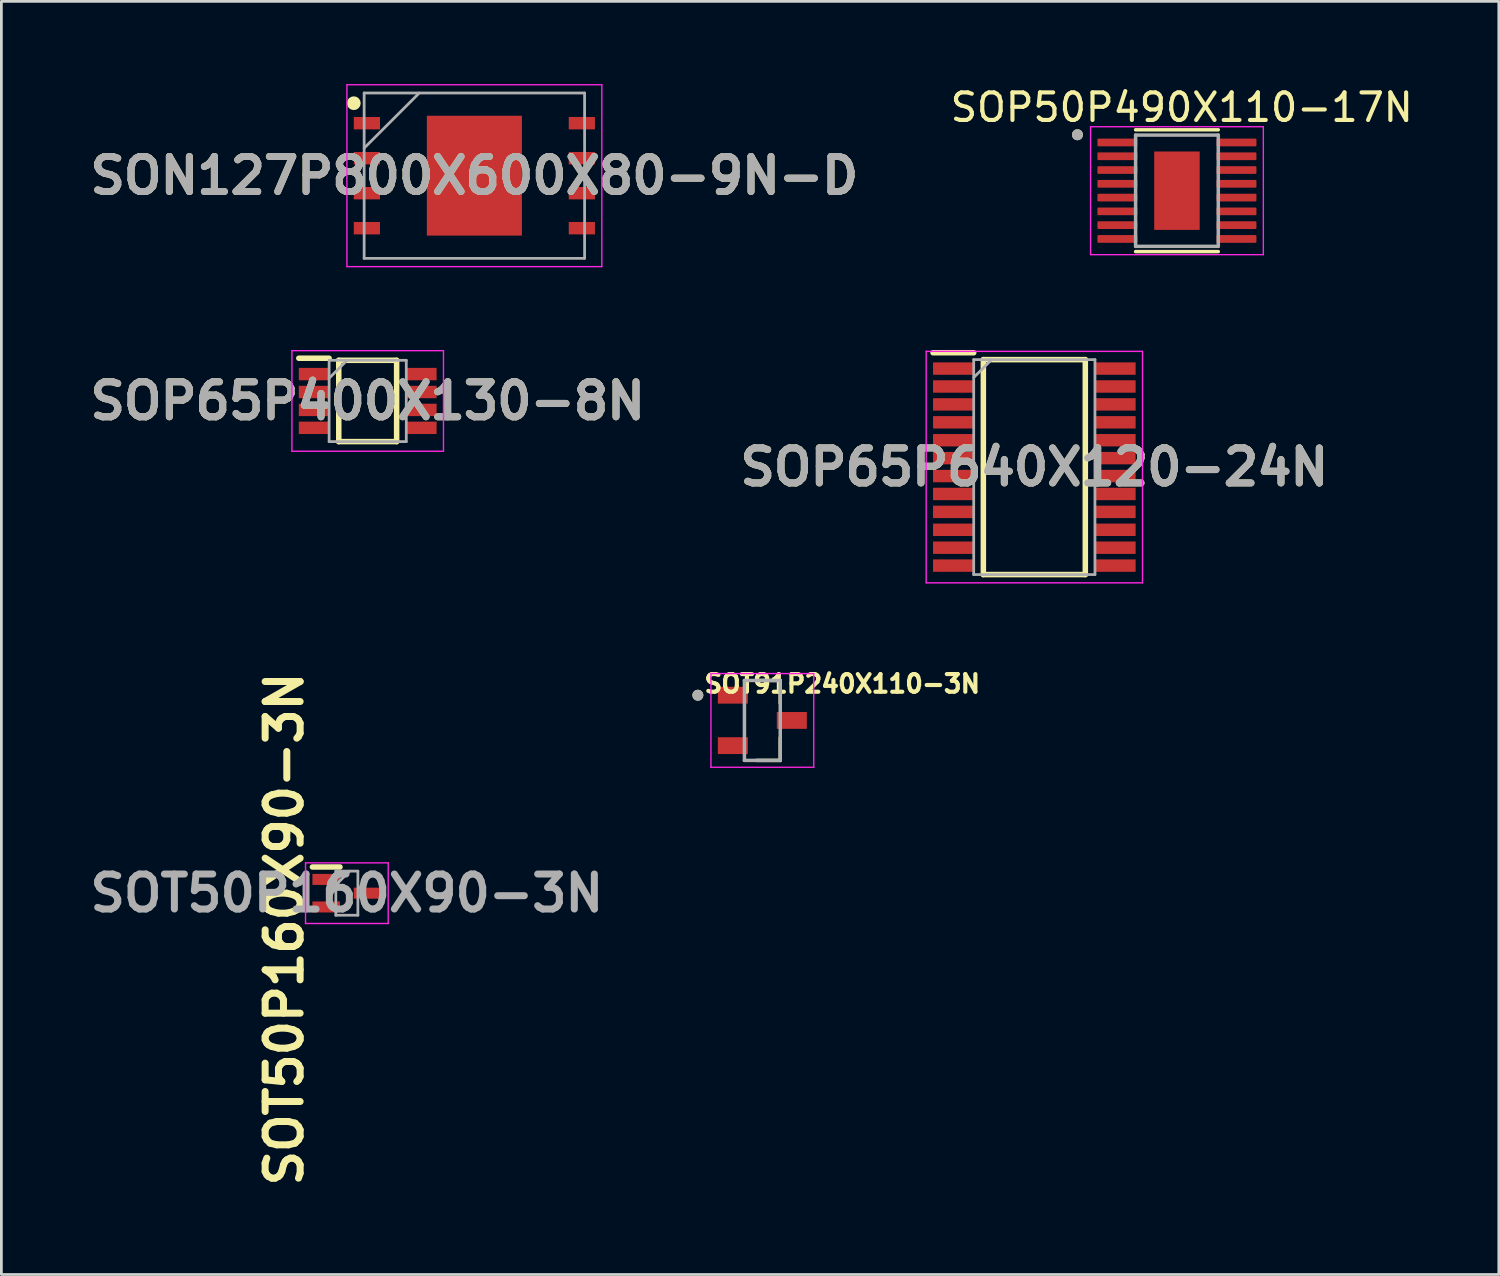
<source format=kicad_pcb>
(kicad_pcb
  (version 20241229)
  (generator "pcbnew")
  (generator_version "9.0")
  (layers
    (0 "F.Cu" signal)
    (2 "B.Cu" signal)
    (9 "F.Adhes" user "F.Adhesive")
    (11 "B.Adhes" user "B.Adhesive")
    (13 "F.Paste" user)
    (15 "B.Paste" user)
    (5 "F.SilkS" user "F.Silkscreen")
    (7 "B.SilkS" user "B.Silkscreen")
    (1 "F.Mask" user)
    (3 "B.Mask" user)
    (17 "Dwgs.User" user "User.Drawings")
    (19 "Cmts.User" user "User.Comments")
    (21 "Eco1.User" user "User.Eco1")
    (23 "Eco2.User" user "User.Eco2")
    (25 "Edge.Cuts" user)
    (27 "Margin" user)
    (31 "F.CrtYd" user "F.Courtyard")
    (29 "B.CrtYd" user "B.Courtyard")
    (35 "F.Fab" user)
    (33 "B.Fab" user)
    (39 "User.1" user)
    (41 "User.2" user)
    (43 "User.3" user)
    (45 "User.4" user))
  (footprint "SOP50P490X110-17N"
    (layer "F.Cu")
    (at 39.659 3.87)
    (property "Reference" "SOP50P490X110-17N" (at 0.174 -3.022 0) (layer "F.SilkS") (effects (font (size 1 1) (thickness 0.15))))
    (attr smd)
    (fp_line (start -1.5 -2.21) (end 1.5 -2.21) (stroke (width 0.127) (type solid)) (layer "F.SilkS"))
    (fp_line (start -1.5 2.21) (end 1.5 2.21) (stroke (width 0.127) (type solid)) (layer "F.SilkS"))
    (fp_circle (center -3.61 -2.03) (end -3.51 -2.03) (stroke (width 0.2) (type solid)) (fill no) (layer "F.SilkS"))
    (fp_poly (pts (xy -0.413 -0.711) (xy 0.413 -0.711) (xy 0.413 0.711) (xy -0.413 0.711)) (stroke (width 0.01) (type solid)) (fill yes) (layer "F.Paste"))
    (fp_line (start -3.135 -2.321) (end -3.135 2.321) (stroke (width 0.05) (type solid)) (layer "F.CrtYd"))
    (fp_line (start -3.135 -2.321) (end 3.135 -2.321) (stroke (width 0.05) (type solid)) (layer "F.CrtYd"))
    (fp_line (start -3.135 2.321) (end 3.135 2.321) (stroke (width 0.05) (type solid)) (layer "F.CrtYd"))
    (fp_line (start 3.135 -2.321) (end 3.135 2.321) (stroke (width 0.05) (type solid)) (layer "F.CrtYd"))
    (fp_line (start -1.5 -2.019) (end -1.5 2.019) (stroke (width 0.127) (type solid)) (layer "F.Fab"))
    (fp_line (start -1.5 -2.019) (end 1.5 -2.019) (stroke (width 0.127) (type solid)) (layer "F.Fab"))
    (fp_line (start -1.5 2.019) (end 1.5 2.019) (stroke (width 0.127) (type solid)) (layer "F.Fab"))
    (fp_line (start 1.5 -2.019) (end 1.5 2.019) (stroke (width 0.127) (type solid)) (layer "F.Fab"))
    (fp_circle (center -3.61 -2.03) (end -3.51 -2.03) (stroke (width 0.2) (type solid)) (fill no) (layer "F.Fab"))
    (pad "1" smd roundrect (at -2.16 -1.75) (size 1.45 0.28) (layers "F.Cu" "F.Mask" "F.Paste") (roundrect_rratio 0.125))
    (pad "2" smd roundrect (at -2.16 -1.25) (size 1.45 0.28) (layers "F.Cu" "F.Mask" "F.Paste") (roundrect_rratio 0.125))
    (pad "3" smd roundrect (at -2.16 -0.75) (size 1.45 0.28) (layers "F.Cu" "F.Mask" "F.Paste") (roundrect_rratio 0.125))
    (pad "4" smd roundrect (at -2.16 -0.25) (size 1.45 0.28) (layers "F.Cu" "F.Mask" "F.Paste") (roundrect_rratio 0.125))
    (pad "5" smd roundrect (at -2.16 0.25) (size 1.45 0.28) (layers "F.Cu" "F.Mask" "F.Paste") (roundrect_rratio 0.125))
    (pad "6" smd roundrect (at -2.16 0.75) (size 1.45 0.28) (layers "F.Cu" "F.Mask" "F.Paste") (roundrect_rratio 0.125))
    (pad "7" smd roundrect (at -2.16 1.25) (size 1.45 0.28) (layers "F.Cu" "F.Mask" "F.Paste") (roundrect_rratio 0.125))
    (pad "8" smd roundrect (at -2.16 1.75) (size 1.45 0.28) (layers "F.Cu" "F.Mask" "F.Paste") (roundrect_rratio 0.125))
    (pad "9" smd roundrect (at 2.16 1.75) (size 1.45 0.28) (layers "F.Cu" "F.Mask" "F.Paste") (roundrect_rratio 0.125))
    (pad "10" smd roundrect (at 2.16 1.25) (size 1.45 0.28) (layers "F.Cu" "F.Mask" "F.Paste") (roundrect_rratio 0.125))
    (pad "11" smd roundrect (at 2.16 0.75) (size 1.45 0.28) (layers "F.Cu" "F.Mask" "F.Paste") (roundrect_rratio 0.125))
    (pad "12" smd roundrect (at 2.16 0.25) (size 1.45 0.28) (layers "F.Cu" "F.Mask" "F.Paste") (roundrect_rratio 0.125))
    (pad "13" smd roundrect (at 2.16 -0.25) (size 1.45 0.28) (layers "F.Cu" "F.Mask" "F.Paste") (roundrect_rratio 0.125))
    (pad "14" smd roundrect (at 2.16 -0.75) (size 1.45 0.28) (layers "F.Cu" "F.Mask" "F.Paste") (roundrect_rratio 0.125))
    (pad "15" smd roundrect (at 2.16 -1.25) (size 1.45 0.28) (layers "F.Cu" "F.Mask" "F.Paste") (roundrect_rratio 0.125))
    (pad "16" smd roundrect (at 2.16 -1.75) (size 1.45 0.28) (layers "F.Cu" "F.Mask" "F.Paste") (roundrect_rratio 0.125))
    (pad "17" smd rect (at 0 0) (size 1.651 2.845) (layers "F.Cu" "F.Mask")))
  (footprint "SOT91P240X110-3N"
    (layer "F.Cu")
    (at 24.614 23.093)
    (property "Reference" "SOT91P240X110-3N" (at 2.9 -1.33 180) (layer "F.SilkS") (effects (font (size 0.64 0.64) (thickness 0.15))))
    (attr smd)
    (fp_line (start -0.205 -1.45) (end 0.65 -1.45) (stroke (width 0.127) (type solid)) (layer "F.SilkS"))
    (fp_line (start 0.65 -1.45) (end 0.65 -0.625) (stroke (width 0.127) (type solid)) (layer "F.SilkS"))
    (fp_line (start 0.65 1.45) (end -0.205 1.45) (stroke (width 0.127) (type solid)) (layer "F.SilkS"))
    (fp_line (start 0.65 1.45) (end 0.65 0.625) (stroke (width 0.127) (type solid)) (layer "F.SilkS"))
    (fp_circle (center -2.34 -0.915) (end -2.24 -0.915) (stroke (width 0.2) (type solid)) (fill no) (layer "F.SilkS"))
    (fp_line (start -1.865 -1.7) (end -1.865 1.7) (stroke (width 0.05) (type solid)) (layer "F.CrtYd"))
    (fp_line (start -1.865 1.7) (end 1.865 1.7) (stroke (width 0.05) (type solid)) (layer "F.CrtYd"))
    (fp_line (start 1.865 -1.7) (end -1.865 -1.7) (stroke (width 0.05) (type solid)) (layer "F.CrtYd"))
    (fp_line (start 1.865 1.7) (end 1.865 -1.7) (stroke (width 0.05) (type solid)) (layer "F.CrtYd"))
    (fp_line (start -0.65 -1.45) (end 0.65 -1.45) (stroke (width 0.127) (type solid)) (layer "F.Fab"))
    (fp_line (start -0.65 1.45) (end -0.65 -1.45) (stroke (width 0.127) (type solid)) (layer "F.Fab"))
    (fp_line (start 0.65 -1.45) (end 0.65 1.45) (stroke (width 0.127) (type solid)) (layer "F.Fab"))
    (fp_line (start 0.65 1.45) (end -0.65 1.45) (stroke (width 0.127) (type solid)) (layer "F.Fab"))
    (fp_circle (center -2.34 -0.915) (end -2.24 -0.915) (stroke (width 0.2) (type solid)) (fill no) (layer "F.Fab"))
    (pad "1" smd rect (at -1.07 -0.915) (size 1.09 0.61) (layers "F.Cu" "F.Mask" "F.Paste"))
    (pad "2" smd rect (at -1.07 0.915) (size 1.09 0.61) (layers "F.Cu" "F.Mask" "F.Paste"))
    (pad "3" smd rect (at 1.07 0) (size 1.09 0.61) (layers "F.Cu" "F.Mask" "F.Paste")))
  (footprint "SON127P800X600X80-9N-D"
    (layer "F.Cu")
    (at 14.164 3.325)
    (property "Reference" "SON127P800X600X80-9N-D" (at 0 0 0) (layer "F.SilkS") (effects (font (size 1.27 1.27) (thickness 0.254))))
    (attr smd)
    (fp_circle (center -4.375 -2.63) (end -4.375 -2.505) (stroke (width 0.25) (type solid)) (fill no) (layer "F.SilkS"))
    (fp_line (start -4.625 -3.3) (end 4.625 -3.3) (stroke (width 0.05) (type solid)) (layer "F.CrtYd"))
    (fp_line (start -4.625 3.3) (end -4.625 -3.3) (stroke (width 0.05) (type solid)) (layer "F.CrtYd"))
    (fp_line (start 4.625 -3.3) (end 4.625 3.3) (stroke (width 0.05) (type solid)) (layer "F.CrtYd"))
    (fp_line (start 4.625 3.3) (end -4.625 3.3) (stroke (width 0.05) (type solid)) (layer "F.CrtYd"))
    (fp_line (start -4 -3) (end 4 -3) (stroke (width 0.1) (type solid)) (layer "F.Fab"))
    (fp_line (start -4 -1) (end -2 -3) (stroke (width 0.1) (type solid)) (layer "F.Fab"))
    (fp_line (start -4 3) (end -4 -3) (stroke (width 0.1) (type solid)) (layer "F.Fab"))
    (fp_line (start 4 -3) (end 4 3) (stroke (width 0.1) (type solid)) (layer "F.Fab"))
    (fp_line (start 4 3) (end -4 3) (stroke (width 0.1) (type solid)) (layer "F.Fab"))
    (fp_text user "${REFERENCE}" (at 0 0 0) (layer "F.Fab") (effects (font (size 1.27 1.27) (thickness 0.254))))
    (pad "1" smd rect (at -3.9 -1.905 90) (size 0.45 0.95) (layers "F.Cu" "F.Mask" "F.Paste"))
    (pad "2" smd rect (at -3.9 -0.635 90) (size 0.45 0.95) (layers "F.Cu" "F.Mask" "F.Paste"))
    (pad "3" smd rect (at -3.9 0.635 90) (size 0.45 0.95) (layers "F.Cu" "F.Mask" "F.Paste"))
    (pad "4" smd rect (at -3.9 1.905 90) (size 0.45 0.95) (layers "F.Cu" "F.Mask" "F.Paste"))
    (pad "5" smd rect (at 3.9 1.905 90) (size 0.45 0.95) (layers "F.Cu" "F.Mask" "F.Paste"))
    (pad "6" smd rect (at 3.9 0.635 90) (size 0.45 0.95) (layers "F.Cu" "F.Mask" "F.Paste"))
    (pad "7" smd rect (at 3.9 -0.635 90) (size 0.45 0.95) (layers "F.Cu" "F.Mask" "F.Paste"))
    (pad "8" smd rect (at 3.9 -1.905 90) (size 0.45 0.95) (layers "F.Cu" "F.Mask" "F.Paste"))
    (pad "9" smd rect (at 0 0) (size 3.45 4.35) (layers "F.Cu" "F.Mask" "F.Paste")))
  (footprint "SOP65P640X120-24N"
    (layer "F.Cu")
    (at 34.484 13.9)
    (property "Reference" "SOP65P640X120-24N" (at 0 0 180) (layer "F.SilkS") (effects (font (size 1.27 1.27) (thickness 0.254))))
    (attr smd)
    (fp_line (start -3.675 -4.15) (end -2.2 -4.15) (stroke (width 0.2) (type solid)) (layer "F.SilkS"))
    (fp_line (start -1.85 -3.9) (end 1.85 -3.9) (stroke (width 0.2) (type solid)) (layer "F.SilkS"))
    (fp_line (start -1.85 3.9) (end -1.85 -3.9) (stroke (width 0.2) (type solid)) (layer "F.SilkS"))
    (fp_line (start 1.85 -3.9) (end 1.85 3.9) (stroke (width 0.2) (type solid)) (layer "F.SilkS"))
    (fp_line (start 1.85 3.9) (end -1.85 3.9) (stroke (width 0.2) (type solid)) (layer "F.SilkS"))
    (fp_line (start -3.925 -4.2) (end 3.925 -4.2) (stroke (width 0.05) (type solid)) (layer "F.CrtYd"))
    (fp_line (start -3.925 4.2) (end -3.925 -4.2) (stroke (width 0.05) (type solid)) (layer "F.CrtYd"))
    (fp_line (start 3.925 -4.2) (end 3.925 4.2) (stroke (width 0.05) (type solid)) (layer "F.CrtYd"))
    (fp_line (start 3.925 4.2) (end -3.925 4.2) (stroke (width 0.05) (type solid)) (layer "F.CrtYd"))
    (fp_line (start -2.2 -3.9) (end 2.2 -3.9) (stroke (width 0.1) (type solid)) (layer "F.Fab"))
    (fp_line (start -2.2 -3.25) (end -1.55 -3.9) (stroke (width 0.1) (type solid)) (layer "F.Fab"))
    (fp_line (start -2.2 3.9) (end -2.2 -3.9) (stroke (width 0.1) (type solid)) (layer "F.Fab"))
    (fp_line (start 2.2 -3.9) (end 2.2 3.9) (stroke (width 0.1) (type solid)) (layer "F.Fab"))
    (fp_line (start 2.2 3.9) (end -2.2 3.9) (stroke (width 0.1) (type solid)) (layer "F.Fab"))
    (fp_text user "${REFERENCE}" (at 0 0 180) (layer "F.Fab") (effects (font (size 1.27 1.27) (thickness 0.254))))
    (pad "1" smd rect (at -2.938 -3.575 90) (size 0.45 1.475) (layers "F.Cu" "F.Mask" "F.Paste"))
    (pad "2" smd rect (at -2.938 -2.925 90) (size 0.45 1.475) (layers "F.Cu" "F.Mask" "F.Paste"))
    (pad "3" smd rect (at -2.938 -2.275 90) (size 0.45 1.475) (layers "F.Cu" "F.Mask" "F.Paste"))
    (pad "4" smd rect (at -2.938 -1.625 90) (size 0.45 1.475) (layers "F.Cu" "F.Mask" "F.Paste"))
    (pad "5" smd rect (at -2.938 -0.975 90) (size 0.45 1.475) (layers "F.Cu" "F.Mask" "F.Paste"))
    (pad "6" smd rect (at -2.938 -0.325 90) (size 0.45 1.475) (layers "F.Cu" "F.Mask" "F.Paste"))
    (pad "7" smd rect (at -2.938 0.325 90) (size 0.45 1.475) (layers "F.Cu" "F.Mask" "F.Paste"))
    (pad "8" smd rect (at -2.938 0.975 90) (size 0.45 1.475) (layers "F.Cu" "F.Mask" "F.Paste"))
    (pad "9" smd rect (at -2.938 1.625 90) (size 0.45 1.475) (layers "F.Cu" "F.Mask" "F.Paste"))
    (pad "10" smd rect (at -2.938 2.275 90) (size 0.45 1.475) (layers "F.Cu" "F.Mask" "F.Paste"))
    (pad "11" smd rect (at -2.938 2.925 90) (size 0.45 1.475) (layers "F.Cu" "F.Mask" "F.Paste"))
    (pad "12" smd rect (at -2.938 3.575 90) (size 0.45 1.475) (layers "F.Cu" "F.Mask" "F.Paste"))
    (pad "13" smd rect (at 2.938 3.575 90) (size 0.45 1.475) (layers "F.Cu" "F.Mask" "F.Paste"))
    (pad "14" smd rect (at 2.938 2.925 90) (size 0.45 1.475) (layers "F.Cu" "F.Mask" "F.Paste"))
    (pad "15" smd rect (at 2.938 2.275 90) (size 0.45 1.475) (layers "F.Cu" "F.Mask" "F.Paste"))
    (pad "16" smd rect (at 2.938 1.625 90) (size 0.45 1.475) (layers "F.Cu" "F.Mask" "F.Paste"))
    (pad "17" smd rect (at 2.938 0.975 90) (size 0.45 1.475) (layers "F.Cu" "F.Mask" "F.Paste"))
    (pad "18" smd rect (at 2.938 0.325 90) (size 0.45 1.475) (layers "F.Cu" "F.Mask" "F.Paste"))
    (pad "19" smd rect (at 2.938 -0.325 90) (size 0.45 1.475) (layers "F.Cu" "F.Mask" "F.Paste"))
    (pad "20" smd rect (at 2.938 -0.975 90) (size 0.45 1.475) (layers "F.Cu" "F.Mask" "F.Paste"))
    (pad "21" smd rect (at 2.938 -1.625 90) (size 0.45 1.475) (layers "F.Cu" "F.Mask" "F.Paste"))
    (pad "22" smd rect (at 2.938 -2.275 90) (size 0.45 1.475) (layers "F.Cu" "F.Mask" "F.Paste"))
    (pad "23" smd rect (at 2.938 -2.925 90) (size 0.45 1.475) (layers "F.Cu" "F.Mask" "F.Paste"))
    (pad "24" smd rect (at 2.938 -3.575 90) (size 0.45 1.475) (layers "F.Cu" "F.Mask" "F.Paste")))
  (footprint "SOT50P160X90-3N"
    (layer "F.Cu")
    (at 9.537 29.362)
    (property "Reference" "SOT50P160X90-3N" (at -2.27 1.3 90) (layer "F.SilkS") (effects (font (size 1.27 1.27) (thickness 0.254))))
    (attr smd)
    (fp_line (start -1.25 -0.95) (end -0.25 -0.95) (stroke (width 0.2) (type solid)) (layer "F.SilkS"))
    (fp_line (start -1.5 -1.1) (end 1.5 -1.1) (stroke (width 0.05) (type solid)) (layer "F.CrtYd"))
    (fp_line (start -1.5 1.1) (end -1.5 -1.1) (stroke (width 0.05) (type solid)) (layer "F.CrtYd"))
    (fp_line (start 1.5 -1.1) (end 1.5 1.1) (stroke (width 0.05) (type solid)) (layer "F.CrtYd"))
    (fp_line (start 1.5 1.1) (end -1.5 1.1) (stroke (width 0.05) (type solid)) (layer "F.CrtYd"))
    (fp_line (start -0.4 -0.8) (end 0.4 -0.8) (stroke (width 0.1) (type solid)) (layer "F.Fab"))
    (fp_line (start -0.4 -0.3) (end 0.1 -0.8) (stroke (width 0.1) (type solid)) (layer "F.Fab"))
    (fp_line (start -0.4 0.8) (end -0.4 -0.8) (stroke (width 0.1) (type solid)) (layer "F.Fab"))
    (fp_line (start 0.4 -0.8) (end 0.4 0.8) (stroke (width 0.1) (type solid)) (layer "F.Fab"))
    (fp_line (start 0.4 0.8) (end -0.4 0.8) (stroke (width 0.1) (type solid)) (layer "F.Fab"))
    (fp_text user "${REFERENCE}" (at 0 0 0) (layer "F.Fab") (effects (font (size 1.27 1.27) (thickness 0.254))))
    (pad "1" smd rect (at -0.75 -0.5 90) (size 0.4 1) (layers "F.Cu" "F.Mask" "F.Paste"))
    (pad "2" smd rect (at -0.75 0.5 90) (size 0.4 1) (layers "F.Cu" "F.Mask" "F.Paste"))
    (pad "3" smd rect (at 0.75 0 90) (size 0.4 1) (layers "F.Cu" "F.Mask" "F.Paste")))
  (footprint "SOP65P400X130-8N"
    (layer "F.Cu")
    (at 10.293 11.5)
    (property "Reference" "SOP65P400X130-8N" (at 0 0 0) (layer "F.SilkS") (effects (font (size 1.27 1.27) (thickness 0.254))))
    (attr smd)
    (fp_line (start -2.5 -1.55) (end -1.4 -1.55) (stroke (width 0.2) (type solid)) (layer "F.SilkS"))
    (fp_line (start -1.05 -1.475) (end 1.05 -1.475) (stroke (width 0.2) (type solid)) (layer "F.SilkS"))
    (fp_line (start -1.05 1.475) (end -1.05 -1.475) (stroke (width 0.2) (type solid)) (layer "F.SilkS"))
    (fp_line (start 1.05 -1.475) (end 1.05 1.475) (stroke (width 0.2) (type solid)) (layer "F.SilkS"))
    (fp_line (start 1.05 1.475) (end -1.05 1.475) (stroke (width 0.2) (type solid)) (layer "F.SilkS"))
    (fp_line (start -2.75 -1.825) (end 2.75 -1.825) (stroke (width 0.05) (type solid)) (layer "F.CrtYd"))
    (fp_line (start -2.75 1.825) (end -2.75 -1.825) (stroke (width 0.05) (type solid)) (layer "F.CrtYd"))
    (fp_line (start 2.75 -1.825) (end 2.75 1.825) (stroke (width 0.05) (type solid)) (layer "F.CrtYd"))
    (fp_line (start 2.75 1.825) (end -2.75 1.825) (stroke (width 0.05) (type solid)) (layer "F.CrtYd"))
    (fp_line (start -1.4 -1.475) (end 1.4 -1.475) (stroke (width 0.1) (type solid)) (layer "F.Fab"))
    (fp_line (start -1.4 -0.825) (end -0.75 -1.475) (stroke (width 0.1) (type solid)) (layer "F.Fab"))
    (fp_line (start -1.4 1.475) (end -1.4 -1.475) (stroke (width 0.1) (type solid)) (layer "F.Fab"))
    (fp_line (start 1.4 -1.475) (end 1.4 1.475) (stroke (width 0.1) (type solid)) (layer "F.Fab"))
    (fp_line (start 1.4 1.475) (end -1.4 1.475) (stroke (width 0.1) (type solid)) (layer "F.Fab"))
    (fp_text user "${REFERENCE}" (at 0 0 0) (layer "F.Fab") (effects (font (size 1.27 1.27) (thickness 0.254))))
    (pad "1" smd rect (at -1.95 -0.975 90) (size 0.45 1.1) (layers "F.Cu" "F.Mask" "F.Paste"))
    (pad "2" smd rect (at -1.95 -0.325 90) (size 0.45 1.1) (layers "F.Cu" "F.Mask" "F.Paste"))
    (pad "3" smd rect (at -1.95 0.325 90) (size 0.45 1.1) (layers "F.Cu" "F.Mask" "F.Paste"))
    (pad "4" smd rect (at -1.95 0.975 90) (size 0.45 1.1) (layers "F.Cu" "F.Mask" "F.Paste"))
    (pad "5" smd rect (at 1.95 0.975 90) (size 0.45 1.1) (layers "F.Cu" "F.Mask" "F.Paste"))
    (pad "6" smd rect (at 1.95 0.325 90) (size 0.45 1.1) (layers "F.Cu" "F.Mask" "F.Paste"))
    (pad "7" smd rect (at 1.95 -0.325 90) (size 0.45 1.1) (layers "F.Cu" "F.Mask" "F.Paste"))
    (pad "8" smd rect (at 1.95 -0.975 90) (size 0.45 1.1) (layers "F.Cu" "F.Mask" "F.Paste")))
  (gr_rect
    (start -3 -3)
    (end 51.339 43.199)
    (stroke (width 0.1) (type default))
    (fill no)
    (layer "Edge.Cuts")))
</source>
